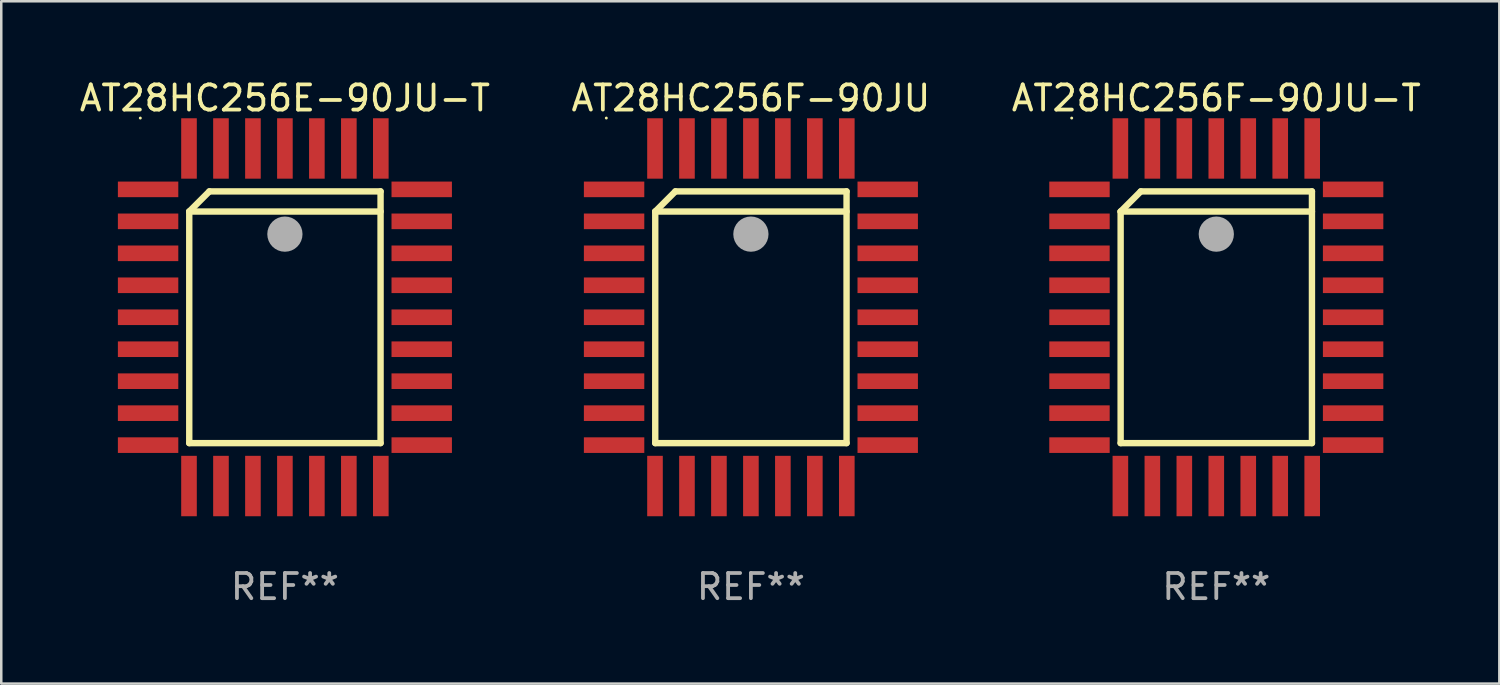
<source format=kicad_pcb>
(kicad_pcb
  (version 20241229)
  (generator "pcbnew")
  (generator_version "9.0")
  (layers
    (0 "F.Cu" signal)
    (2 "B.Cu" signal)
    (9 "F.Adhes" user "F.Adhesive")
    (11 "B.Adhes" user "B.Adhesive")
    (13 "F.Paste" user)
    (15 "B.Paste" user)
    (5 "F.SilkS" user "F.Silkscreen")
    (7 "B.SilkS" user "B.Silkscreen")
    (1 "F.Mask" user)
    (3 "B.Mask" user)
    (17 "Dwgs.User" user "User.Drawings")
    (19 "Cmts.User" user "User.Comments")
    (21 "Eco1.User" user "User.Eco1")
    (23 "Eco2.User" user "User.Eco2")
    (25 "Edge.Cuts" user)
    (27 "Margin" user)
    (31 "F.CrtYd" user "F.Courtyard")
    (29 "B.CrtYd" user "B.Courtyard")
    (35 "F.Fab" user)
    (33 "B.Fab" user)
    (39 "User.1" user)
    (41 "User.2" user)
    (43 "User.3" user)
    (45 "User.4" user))
  (footprint "AT28HC256F-90JU-T"
    (layer "F.Cu")
    (at 45.268 9.553)
    (property "Reference" "AT28HC256F-90JU-T" (at 0 -8.705 0) (layer "F.SilkS") (effects (font (size 1 1) (thickness 0.15))))
    (attr through_hole)
    (fp_line (start -3.8 -4.2) (end -3 -5) (stroke (width 0.254) (type solid)) (layer "F.SilkS"))
    (fp_line (start -3.8 -4.2) (end 3.8 -4.2) (stroke (width 0.254) (type solid)) (layer "F.SilkS"))
    (fp_line (start -3.8 5) (end -3.8 -4.2) (stroke (width 0.254) (type solid)) (layer "F.SilkS"))
    (fp_line (start -3 -5) (end 3.8 -5) (stroke (width 0.254) (type solid)) (layer "F.SilkS"))
    (fp_line (start 3.8 -5) (end 3.8 5) (stroke (width 0.254) (type solid)) (layer "F.SilkS"))
    (fp_line (start 3.8 5) (end -3.8 5) (stroke (width 0.254) (type solid)) (layer "F.SilkS"))
    (fp_arc (start 0.299721 -3.294387) (mid 0.29971 -3.296927) (end 0.299721 -3.299467) (stroke (width 0.6) (type solid)) (layer "F.SilkS"))
    (fp_circle (center -5.744 -7.913) (end -5.714 -7.913) (stroke (width 0.06) (type solid)) (fill no) (layer "F.SilkS"))
    (fp_circle (center 0 -3.302) (end 0.35 -3.302) (stroke (width 0.7) (type solid)) (fill no) (layer "F.Fab"))
    (fp_text user "REF**" (at 0 10.705 0) (layer "F.Fab") (effects (font (size 1 1) (thickness 0.15))))
    (pad "1" smd rect (at 0 -6.705 180) (size 0.62 2.4) (layers "F.Cu" "F.Mask" "F.Paste"))
    (pad "2" smd rect (at -1.27 -6.705 180) (size 0.62 2.4) (layers "F.Cu" "F.Mask" "F.Paste"))
    (pad "3" smd rect (at -2.54 -6.705 180) (size 0.62 2.4) (layers "F.Cu" "F.Mask" "F.Paste"))
    (pad "4" smd rect (at -3.81 -6.705 180) (size 0.62 2.4) (layers "F.Cu" "F.Mask" "F.Paste"))
    (pad "5" smd rect (at -5.435 -5.08 270) (size 0.62 2.4) (layers "F.Cu" "F.Mask" "F.Paste"))
    (pad "6" smd rect (at -5.435 -3.81 270) (size 0.62 2.4) (layers "F.Cu" "F.Mask" "F.Paste"))
    (pad "7" smd rect (at -5.435 -2.54 270) (size 0.62 2.4) (layers "F.Cu" "F.Mask" "F.Paste"))
    (pad "8" smd rect (at -5.435 -1.27 270) (size 0.62 2.4) (layers "F.Cu" "F.Mask" "F.Paste"))
    (pad "9" smd rect (at -5.435 0 270) (size 0.62 2.4) (layers "F.Cu" "F.Mask" "F.Paste"))
    (pad "10" smd rect (at -5.435 1.27 270) (size 0.62 2.4) (layers "F.Cu" "F.Mask" "F.Paste"))
    (pad "11" smd rect (at -5.435 2.54 270) (size 0.62 2.4) (layers "F.Cu" "F.Mask" "F.Paste"))
    (pad "12" smd rect (at -5.435 3.81 270) (size 0.62 2.4) (layers "F.Cu" "F.Mask" "F.Paste"))
    (pad "13" smd rect (at -5.435 5.08 270) (size 0.62 2.4) (layers "F.Cu" "F.Mask" "F.Paste"))
    (pad "14" smd rect (at -3.81 6.705) (size 0.62 2.4) (layers "F.Cu" "F.Mask" "F.Paste"))
    (pad "15" smd rect (at -2.54 6.705) (size 0.62 2.4) (layers "F.Cu" "F.Mask" "F.Paste"))
    (pad "16" smd rect (at -1.27 6.705) (size 0.62 2.4) (layers "F.Cu" "F.Mask" "F.Paste"))
    (pad "17" smd rect (at 0 6.705) (size 0.62 2.4) (layers "F.Cu" "F.Mask" "F.Paste"))
    (pad "18" smd rect (at 1.27 6.705) (size 0.62 2.4) (layers "F.Cu" "F.Mask" "F.Paste"))
    (pad "19" smd rect (at 2.54 6.705) (size 0.62 2.4) (layers "F.Cu" "F.Mask" "F.Paste"))
    (pad "20" smd rect (at 3.81 6.705) (size 0.62 2.4) (layers "F.Cu" "F.Mask" "F.Paste"))
    (pad "21" smd rect (at 5.435 5.08 90) (size 0.62 2.4) (layers "F.Cu" "F.Mask" "F.Paste"))
    (pad "22" smd rect (at 5.435 3.81 90) (size 0.62 2.4) (layers "F.Cu" "F.Mask" "F.Paste"))
    (pad "23" smd rect (at 5.435 2.54 90) (size 0.62 2.4) (layers "F.Cu" "F.Mask" "F.Paste"))
    (pad "24" smd rect (at 5.435 1.27 90) (size 0.62 2.4) (layers "F.Cu" "F.Mask" "F.Paste"))
    (pad "25" smd rect (at 5.435 0 90) (size 0.62 2.4) (layers "F.Cu" "F.Mask" "F.Paste"))
    (pad "26" smd rect (at 5.435 -1.27 90) (size 0.62 2.4) (layers "F.Cu" "F.Mask" "F.Paste"))
    (pad "27" smd rect (at 5.435 -2.54 90) (size 0.62 2.4) (layers "F.Cu" "F.Mask" "F.Paste"))
    (pad "28" smd rect (at 5.435 -3.81 90) (size 0.62 2.4) (layers "F.Cu" "F.Mask" "F.Paste"))
    (pad "29" smd rect (at 5.435 -5.08 90) (size 0.62 2.4) (layers "F.Cu" "F.Mask" "F.Paste"))
    (pad "30" smd rect (at 3.81 -6.705) (size 0.62 2.4) (layers "F.Cu" "F.Mask" "F.Paste"))
    (pad "31" smd rect (at 2.54 -6.705) (size 0.62 2.4) (layers "F.Cu" "F.Mask" "F.Paste"))
    (pad "32" smd rect (at 1.27 -6.705) (size 0.62 2.4) (layers "F.Cu" "F.Mask" "F.Paste")))
  (footprint "AT28HC256F-90JU"
    (layer "F.Cu")
    (at 26.78 9.553)
    (property "Reference" "AT28HC256F-90JU" (at 0 -8.705 0) (layer "F.SilkS") (effects (font (size 1 1) (thickness 0.15))))
    (attr through_hole)
    (fp_line (start -3.8 -4.2) (end -3 -5) (stroke (width 0.254) (type solid)) (layer "F.SilkS"))
    (fp_line (start -3.8 -4.2) (end 3.8 -4.2) (stroke (width 0.254) (type solid)) (layer "F.SilkS"))
    (fp_line (start -3.8 5) (end -3.8 -4.2) (stroke (width 0.254) (type solid)) (layer "F.SilkS"))
    (fp_line (start -3 -5) (end 3.8 -5) (stroke (width 0.254) (type solid)) (layer "F.SilkS"))
    (fp_line (start 3.8 -5) (end 3.8 5) (stroke (width 0.254) (type solid)) (layer "F.SilkS"))
    (fp_line (start 3.8 5) (end -3.8 5) (stroke (width 0.254) (type solid)) (layer "F.SilkS"))
    (fp_arc (start 0.299721 -3.294387) (mid 0.29971 -3.296927) (end 0.299721 -3.299467) (stroke (width 0.6) (type solid)) (layer "F.SilkS"))
    (fp_circle (center -5.744 -7.913) (end -5.714 -7.913) (stroke (width 0.06) (type solid)) (fill no) (layer "F.SilkS"))
    (fp_circle (center 0 -3.302) (end 0.35 -3.302) (stroke (width 0.7) (type solid)) (fill no) (layer "F.Fab"))
    (fp_text user "REF**" (at 0 10.705 0) (layer "F.Fab") (effects (font (size 1 1) (thickness 0.15))))
    (pad "1" smd rect (at 0 -6.705 180) (size 0.62 2.4) (layers "F.Cu" "F.Mask" "F.Paste"))
    (pad "2" smd rect (at -1.27 -6.705 180) (size 0.62 2.4) (layers "F.Cu" "F.Mask" "F.Paste"))
    (pad "3" smd rect (at -2.54 -6.705 180) (size 0.62 2.4) (layers "F.Cu" "F.Mask" "F.Paste"))
    (pad "4" smd rect (at -3.81 -6.705 180) (size 0.62 2.4) (layers "F.Cu" "F.Mask" "F.Paste"))
    (pad "5" smd rect (at -5.435 -5.08 270) (size 0.62 2.4) (layers "F.Cu" "F.Mask" "F.Paste"))
    (pad "6" smd rect (at -5.435 -3.81 270) (size 0.62 2.4) (layers "F.Cu" "F.Mask" "F.Paste"))
    (pad "7" smd rect (at -5.435 -2.54 270) (size 0.62 2.4) (layers "F.Cu" "F.Mask" "F.Paste"))
    (pad "8" smd rect (at -5.435 -1.27 270) (size 0.62 2.4) (layers "F.Cu" "F.Mask" "F.Paste"))
    (pad "9" smd rect (at -5.435 0 270) (size 0.62 2.4) (layers "F.Cu" "F.Mask" "F.Paste"))
    (pad "10" smd rect (at -5.435 1.27 270) (size 0.62 2.4) (layers "F.Cu" "F.Mask" "F.Paste"))
    (pad "11" smd rect (at -5.435 2.54 270) (size 0.62 2.4) (layers "F.Cu" "F.Mask" "F.Paste"))
    (pad "12" smd rect (at -5.435 3.81 270) (size 0.62 2.4) (layers "F.Cu" "F.Mask" "F.Paste"))
    (pad "13" smd rect (at -5.435 5.08 270) (size 0.62 2.4) (layers "F.Cu" "F.Mask" "F.Paste"))
    (pad "14" smd rect (at -3.81 6.705) (size 0.62 2.4) (layers "F.Cu" "F.Mask" "F.Paste"))
    (pad "15" smd rect (at -2.54 6.705) (size 0.62 2.4) (layers "F.Cu" "F.Mask" "F.Paste"))
    (pad "16" smd rect (at -1.27 6.705) (size 0.62 2.4) (layers "F.Cu" "F.Mask" "F.Paste"))
    (pad "17" smd rect (at 0 6.705) (size 0.62 2.4) (layers "F.Cu" "F.Mask" "F.Paste"))
    (pad "18" smd rect (at 1.27 6.705) (size 0.62 2.4) (layers "F.Cu" "F.Mask" "F.Paste"))
    (pad "19" smd rect (at 2.54 6.705) (size 0.62 2.4) (layers "F.Cu" "F.Mask" "F.Paste"))
    (pad "20" smd rect (at 3.81 6.705) (size 0.62 2.4) (layers "F.Cu" "F.Mask" "F.Paste"))
    (pad "21" smd rect (at 5.435 5.08 90) (size 0.62 2.4) (layers "F.Cu" "F.Mask" "F.Paste"))
    (pad "22" smd rect (at 5.435 3.81 90) (size 0.62 2.4) (layers "F.Cu" "F.Mask" "F.Paste"))
    (pad "23" smd rect (at 5.435 2.54 90) (size 0.62 2.4) (layers "F.Cu" "F.Mask" "F.Paste"))
    (pad "24" smd rect (at 5.435 1.27 90) (size 0.62 2.4) (layers "F.Cu" "F.Mask" "F.Paste"))
    (pad "25" smd rect (at 5.435 0 90) (size 0.62 2.4) (layers "F.Cu" "F.Mask" "F.Paste"))
    (pad "26" smd rect (at 5.435 -1.27 90) (size 0.62 2.4) (layers "F.Cu" "F.Mask" "F.Paste"))
    (pad "27" smd rect (at 5.435 -2.54 90) (size 0.62 2.4) (layers "F.Cu" "F.Mask" "F.Paste"))
    (pad "28" smd rect (at 5.435 -3.81 90) (size 0.62 2.4) (layers "F.Cu" "F.Mask" "F.Paste"))
    (pad "29" smd rect (at 5.435 -5.08 90) (size 0.62 2.4) (layers "F.Cu" "F.Mask" "F.Paste"))
    (pad "30" smd rect (at 3.81 -6.705) (size 0.62 2.4) (layers "F.Cu" "F.Mask" "F.Paste"))
    (pad "31" smd rect (at 2.54 -6.705) (size 0.62 2.4) (layers "F.Cu" "F.Mask" "F.Paste"))
    (pad "32" smd rect (at 1.27 -6.705) (size 0.62 2.4) (layers "F.Cu" "F.Mask" "F.Paste")))
  (footprint "AT28HC256E-90JU-T"
    (layer "F.Cu")
    (at 8.268 9.553)
    (property "Reference" "AT28HC256E-90JU-T" (at 0 -8.705 0) (layer "F.SilkS") (effects (font (size 1 1) (thickness 0.15))))
    (attr through_hole)
    (fp_line (start -3.8 -4.2) (end -3 -5) (stroke (width 0.254) (type solid)) (layer "F.SilkS"))
    (fp_line (start -3.8 -4.2) (end 3.8 -4.2) (stroke (width 0.254) (type solid)) (layer "F.SilkS"))
    (fp_line (start -3.8 5) (end -3.8 -4.2) (stroke (width 0.254) (type solid)) (layer "F.SilkS"))
    (fp_line (start -3 -5) (end 3.8 -5) (stroke (width 0.254) (type solid)) (layer "F.SilkS"))
    (fp_line (start 3.8 -5) (end 3.8 5) (stroke (width 0.254) (type solid)) (layer "F.SilkS"))
    (fp_line (start 3.8 5) (end -3.8 5) (stroke (width 0.254) (type solid)) (layer "F.SilkS"))
    (fp_arc (start 0.299721 -3.294387) (mid 0.29971 -3.296927) (end 0.299721 -3.299467) (stroke (width 0.6) (type solid)) (layer "F.SilkS"))
    (fp_circle (center -5.744 -7.913) (end -5.714 -7.913) (stroke (width 0.06) (type solid)) (fill no) (layer "F.SilkS"))
    (fp_circle (center 0 -3.302) (end 0.35 -3.302) (stroke (width 0.7) (type solid)) (fill no) (layer "F.Fab"))
    (fp_text user "REF**" (at 0 10.705 0) (layer "F.Fab") (effects (font (size 1 1) (thickness 0.15))))
    (pad "1" smd rect (at 0 -6.705 180) (size 0.62 2.4) (layers "F.Cu" "F.Mask" "F.Paste"))
    (pad "2" smd rect (at -1.27 -6.705 180) (size 0.62 2.4) (layers "F.Cu" "F.Mask" "F.Paste"))
    (pad "3" smd rect (at -2.54 -6.705 180) (size 0.62 2.4) (layers "F.Cu" "F.Mask" "F.Paste"))
    (pad "4" smd rect (at -3.81 -6.705 180) (size 0.62 2.4) (layers "F.Cu" "F.Mask" "F.Paste"))
    (pad "5" smd rect (at -5.435 -5.08 270) (size 0.62 2.4) (layers "F.Cu" "F.Mask" "F.Paste"))
    (pad "6" smd rect (at -5.435 -3.81 270) (size 0.62 2.4) (layers "F.Cu" "F.Mask" "F.Paste"))
    (pad "7" smd rect (at -5.435 -2.54 270) (size 0.62 2.4) (layers "F.Cu" "F.Mask" "F.Paste"))
    (pad "8" smd rect (at -5.435 -1.27 270) (size 0.62 2.4) (layers "F.Cu" "F.Mask" "F.Paste"))
    (pad "9" smd rect (at -5.435 0 270) (size 0.62 2.4) (layers "F.Cu" "F.Mask" "F.Paste"))
    (pad "10" smd rect (at -5.435 1.27 270) (size 0.62 2.4) (layers "F.Cu" "F.Mask" "F.Paste"))
    (pad "11" smd rect (at -5.435 2.54 270) (size 0.62 2.4) (layers "F.Cu" "F.Mask" "F.Paste"))
    (pad "12" smd rect (at -5.435 3.81 270) (size 0.62 2.4) (layers "F.Cu" "F.Mask" "F.Paste"))
    (pad "13" smd rect (at -5.435 5.08 270) (size 0.62 2.4) (layers "F.Cu" "F.Mask" "F.Paste"))
    (pad "14" smd rect (at -3.81 6.705) (size 0.62 2.4) (layers "F.Cu" "F.Mask" "F.Paste"))
    (pad "15" smd rect (at -2.54 6.705) (size 0.62 2.4) (layers "F.Cu" "F.Mask" "F.Paste"))
    (pad "16" smd rect (at -1.27 6.705) (size 0.62 2.4) (layers "F.Cu" "F.Mask" "F.Paste"))
    (pad "17" smd rect (at 0 6.705) (size 0.62 2.4) (layers "F.Cu" "F.Mask" "F.Paste"))
    (pad "18" smd rect (at 1.27 6.705) (size 0.62 2.4) (layers "F.Cu" "F.Mask" "F.Paste"))
    (pad "19" smd rect (at 2.54 6.705) (size 0.62 2.4) (layers "F.Cu" "F.Mask" "F.Paste"))
    (pad "20" smd rect (at 3.81 6.705) (size 0.62 2.4) (layers "F.Cu" "F.Mask" "F.Paste"))
    (pad "21" smd rect (at 5.435 5.08 90) (size 0.62 2.4) (layers "F.Cu" "F.Mask" "F.Paste"))
    (pad "22" smd rect (at 5.435 3.81 90) (size 0.62 2.4) (layers "F.Cu" "F.Mask" "F.Paste"))
    (pad "23" smd rect (at 5.435 2.54 90) (size 0.62 2.4) (layers "F.Cu" "F.Mask" "F.Paste"))
    (pad "24" smd rect (at 5.435 1.27 90) (size 0.62 2.4) (layers "F.Cu" "F.Mask" "F.Paste"))
    (pad "25" smd rect (at 5.435 0 90) (size 0.62 2.4) (layers "F.Cu" "F.Mask" "F.Paste"))
    (pad "26" smd rect (at 5.435 -1.27 90) (size 0.62 2.4) (layers "F.Cu" "F.Mask" "F.Paste"))
    (pad "27" smd rect (at 5.435 -2.54 90) (size 0.62 2.4) (layers "F.Cu" "F.Mask" "F.Paste"))
    (pad "28" smd rect (at 5.435 -3.81 90) (size 0.62 2.4) (layers "F.Cu" "F.Mask" "F.Paste"))
    (pad "29" smd rect (at 5.435 -5.08 90) (size 0.62 2.4) (layers "F.Cu" "F.Mask" "F.Paste"))
    (pad "30" smd rect (at 3.81 -6.705) (size 0.62 2.4) (layers "F.Cu" "F.Mask" "F.Paste"))
    (pad "31" smd rect (at 2.54 -6.705) (size 0.62 2.4) (layers "F.Cu" "F.Mask" "F.Paste"))
    (pad "32" smd rect (at 1.27 -6.705) (size 0.62 2.4) (layers "F.Cu" "F.Mask" "F.Paste")))
  (gr_rect
    (start -3 -3)
    (end 56.512 24.107)
    (stroke (width 0.1) (type default))
    (fill no)
    (layer "Edge.Cuts")))
</source>
